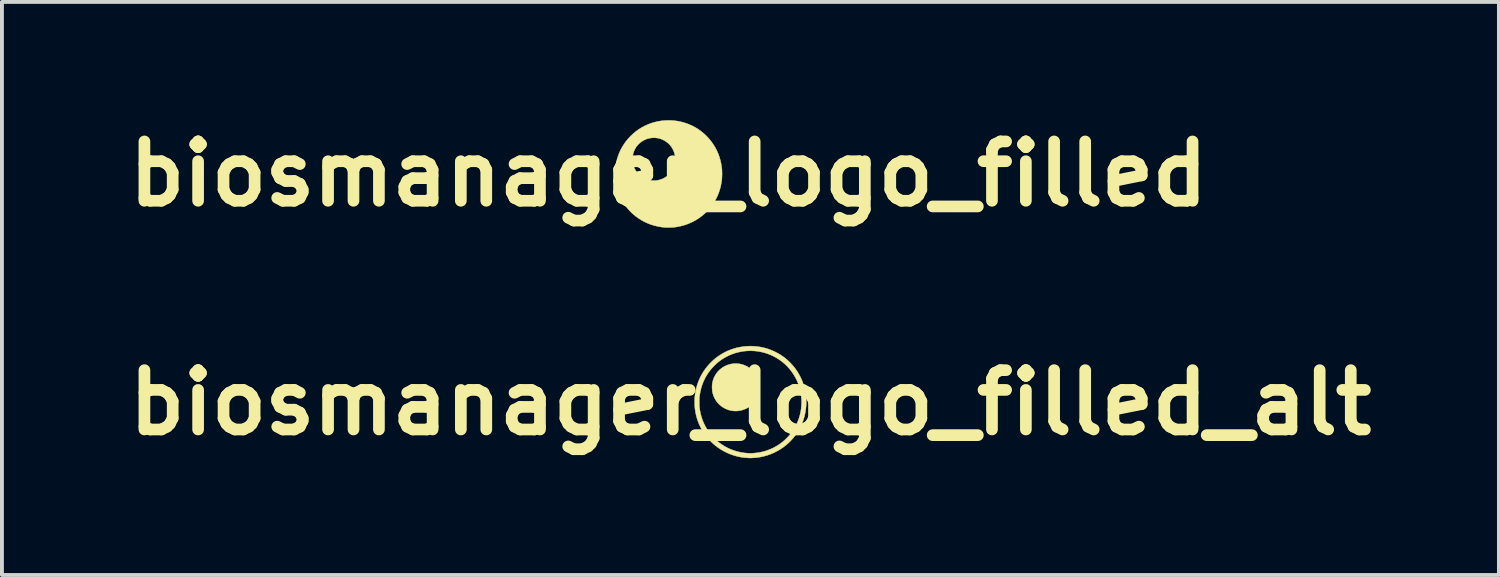
<source format=kicad_pcb>
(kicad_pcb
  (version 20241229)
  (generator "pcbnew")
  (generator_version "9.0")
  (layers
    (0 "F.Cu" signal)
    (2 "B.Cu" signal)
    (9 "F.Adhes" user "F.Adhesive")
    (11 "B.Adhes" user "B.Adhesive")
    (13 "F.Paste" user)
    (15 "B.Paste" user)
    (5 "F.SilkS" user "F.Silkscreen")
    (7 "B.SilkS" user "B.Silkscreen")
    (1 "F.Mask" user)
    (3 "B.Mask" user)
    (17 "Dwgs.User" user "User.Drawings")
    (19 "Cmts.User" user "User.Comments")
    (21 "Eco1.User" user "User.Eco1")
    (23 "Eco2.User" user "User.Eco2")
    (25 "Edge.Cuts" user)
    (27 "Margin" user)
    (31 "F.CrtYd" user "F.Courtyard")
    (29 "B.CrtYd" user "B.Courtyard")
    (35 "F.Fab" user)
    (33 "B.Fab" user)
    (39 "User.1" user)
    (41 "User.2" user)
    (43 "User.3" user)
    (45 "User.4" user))
  (footprint "biosmanager_logo_filled_alt"
    (layer "F.Cu")
    (at 16.227 7.293)
    (property "Reference" "biosmanager_logo_filled_alt" (at 0 0 0) (layer "F.SilkS") (effects (font (size 1.524 1.524) (thickness 0.3))))
    (attr through_hole)
    (fp_poly (pts (xy -0.298 -0.999) (xy -0.242 -0.989) (xy -0.188 -0.973) (xy -0.135 -0.953) (xy -0.085 -0.929) (xy -0.036 -0.899) (xy 0.009 -0.866) (xy 0.051 -0.828) (xy 0.09 -0.786) (xy 0.124 -0.74) (xy 0.155 -0.69) (xy 0.181 -0.637) (xy 0.188 -0.62) (xy 0.207 -0.565) (xy 0.22 -0.507) (xy 0.228 -0.449) (xy 0.23 -0.39) (xy 0.227 -0.332) (xy 0.218 -0.273) (xy 0.204 -0.216) (xy 0.184 -0.161) (xy 0.171 -0.13) (xy 0.147 -0.085) (xy 0.122 -0.045) (xy 0.093 -0.007) (xy 0.06 0.03) (xy 0.052 0.037) (xy 0.016 0.071) (xy -0.022 0.101) (xy -0.061 0.127) (xy -0.105 0.151) (xy -0.115 0.156) (xy -0.169 0.178) (xy -0.225 0.195) (xy -0.283 0.207) (xy -0.342 0.214) (xy -0.401 0.215) (xy -0.442 0.212) (xy -0.501 0.203) (xy -0.558 0.189) (xy -0.613 0.169) (xy -0.665 0.144) (xy -0.715 0.115) (xy -0.761 0.081) (xy -0.805 0.043) (xy -0.844 0.000341) (xy -0.879 -0.046) (xy -0.91 -0.095) (xy -0.937 -0.148) (xy -0.949 -0.178) (xy -0.965 -0.228) (xy -0.977 -0.278) (xy -0.983 -0.331) (xy -0.986 -0.387) (xy -0.986 -0.394) (xy -0.985 -0.44) (xy -0.981 -0.483) (xy -0.974 -0.523) (xy -0.964 -0.563) (xy -0.956 -0.589) (xy -0.935 -0.645) (xy -0.908 -0.698) (xy -0.877 -0.747) (xy -0.841 -0.793) (xy -0.801 -0.835) (xy -0.757 -0.873) (xy -0.709 -0.907) (xy -0.659 -0.936) (xy -0.605 -0.961) (xy -0.548 -0.98) (xy -0.531 -0.985) (xy -0.472 -0.997) (xy -0.414 -1.003) (xy -0.356 -1.003) (xy -0.298 -0.999)) (stroke (width 0.01) (type solid)) (fill yes) (layer "F.SilkS"))
    (fp_poly (pts (xy 0.103 -1.448) (xy 0.193 -1.439) (xy 0.283 -1.424) (xy 0.371 -1.404) (xy 0.457 -1.378) (xy 0.542 -1.346) (xy 0.625 -1.31) (xy 0.706 -1.267) (xy 0.784 -1.22) (xy 0.788 -1.217) (xy 0.838 -1.183) (xy 0.883 -1.15) (xy 0.927 -1.114) (xy 0.97 -1.076) (xy 1.013 -1.034) (xy 1.016 -1.031) (xy 1.079 -0.964) (xy 1.137 -0.894) (xy 1.191 -0.819) (xy 1.239 -0.742) (xy 1.282 -0.662) (xy 1.321 -0.579) (xy 1.334 -0.547) (xy 1.364 -0.461) (xy 1.389 -0.373) (xy 1.409 -0.283) (xy 1.423 -0.193) (xy 1.431 -0.102) (xy 1.434 -0.011) (xy 1.431 0.08) (xy 1.422 0.17) (xy 1.408 0.26) (xy 1.388 0.349) (xy 1.362 0.436) (xy 1.362 0.437) (xy 1.331 0.521) (xy 1.296 0.602) (xy 1.256 0.681) (xy 1.21 0.756) (xy 1.16 0.83) (xy 1.104 0.903) (xy 1.097 0.912) (xy 1.078 0.932) (xy 1.057 0.956) (xy 1.033 0.981) (xy 1.007 1.007) (xy 0.981 1.032) (xy 0.956 1.055) (xy 0.933 1.076) (xy 0.921 1.086) (xy 0.847 1.144) (xy 0.77 1.196) (xy 0.69 1.243) (xy 0.608 1.285) (xy 0.523 1.321) (xy 0.436 1.352) (xy 0.347 1.377) (xy 0.257 1.397) (xy 0.165 1.411) (xy 0.158 1.412) (xy 0.144 1.413) (xy 0.127 1.415) (xy 0.106 1.416) (xy 0.085 1.418) (xy 0.063 1.419) (xy 0.042 1.42) (xy 0.023 1.421) (xy 0.006 1.422) (xy -0.006 1.422) (xy -0.01 1.422) (xy -0.017 1.422) (xy -0.027 1.421) (xy -0.041 1.42) (xy -0.058 1.42) (xy -0.066 1.419) (xy -0.158 1.412) (xy -0.25 1.399) (xy -0.34 1.38) (xy -0.428 1.355) (xy -0.515 1.325) (xy -0.599 1.289) (xy -0.682 1.248) (xy -0.762 1.202) (xy -0.839 1.15) (xy -0.915 1.092) (xy -0.928 1.081) (xy -0.943 1.068) (xy -0.962 1.051) (xy -0.983 1.031) (xy -1.005 1.01) (xy -1.027 0.987) (xy -1.048 0.965) (xy -1.068 0.944) (xy -1.086 0.925) (xy -1.1 0.909) (xy -1.101 0.907) (xy -1.159 0.832) (xy -1.212 0.756) (xy -1.258 0.677) (xy -1.3 0.596) (xy -1.335 0.513) (xy -1.366 0.428) (xy -1.391 0.339) (xy -1.411 0.248) (xy -1.425 0.155) (xy -1.427 0.134) (xy -1.429 0.115) (xy -1.431 0.092) (xy -1.432 0.064) (xy -1.432 0.034) (xy -1.433 0.002) (xy -1.433 -0.000349) (xy -1.313 -0.000349) (xy -1.313 0.03) (xy -1.313 0.058) (xy -1.312 0.083) (xy -1.31 0.104) (xy -1.309 0.114) (xy -1.297 0.205) (xy -1.279 0.293) (xy -1.255 0.378) (xy -1.227 0.46) (xy -1.193 0.54) (xy -1.154 0.617) (xy -1.109 0.693) (xy -1.059 0.766) (xy -1.008 0.832) (xy -0.993 0.848) (xy -0.976 0.868) (xy -0.956 0.889) (xy -0.934 0.91) (xy -0.913 0.932) (xy -0.892 0.952) (xy -0.874 0.969) (xy -0.87 0.973) (xy -0.802 1.028) (xy -0.73 1.079) (xy -0.656 1.125) (xy -0.579 1.166) (xy -0.499 1.202) (xy -0.417 1.232) (xy -0.333 1.257) (xy -0.247 1.277) (xy -0.159 1.291) (xy -0.07 1.299) (xy -0.06 1.3) (xy -0.044 1.301) (xy -0.03 1.301) (xy -0.019 1.302) (xy -0.013 1.302) (xy -0.012 1.302) (xy -0.008 1.302) (xy 0.002 1.302) (xy 0.015 1.302) (xy 0.031 1.301) (xy 0.049 1.3) (xy 0.051 1.3) (xy 0.142 1.292) (xy 0.231 1.28) (xy 0.318 1.261) (xy 0.403 1.237) (xy 0.486 1.207) (xy 0.567 1.172) (xy 0.595 1.158) (xy 0.672 1.115) (xy 0.745 1.069) (xy 0.815 1.018) (xy 0.88 0.962) (xy 0.942 0.903) (xy 0.999 0.841) (xy 1.052 0.775) (xy 1.1 0.706) (xy 1.144 0.634) (xy 1.183 0.56) (xy 1.217 0.483) (xy 1.246 0.404) (xy 1.27 0.323) (xy 1.289 0.24) (xy 1.303 0.156) (xy 1.311 0.07) (xy 1.314 -0.016) (xy 1.311 -0.103) (xy 1.302 -0.191) (xy 1.298 -0.219) (xy 1.282 -0.306) (xy 1.26 -0.391) (xy 1.233 -0.474) (xy 1.2 -0.555) (xy 1.162 -0.633) (xy 1.119 -0.708) (xy 1.072 -0.78) (xy 1.019 -0.849) (xy 0.962 -0.915) (xy 0.901 -0.976) (xy 0.835 -1.034) (xy 0.799 -1.063) (xy 0.727 -1.114) (xy 0.653 -1.159) (xy 0.577 -1.199) (xy 0.499 -1.234) (xy 0.419 -1.264) (xy 0.338 -1.288) (xy 0.255 -1.307) (xy 0.172 -1.321) (xy 0.088 -1.329) (xy 0.004 -1.332) (xy -0.081 -1.33) (xy -0.165 -1.322) (xy -0.248 -1.309) (xy -0.331 -1.291) (xy -0.413 -1.267) (xy -0.493 -1.238) (xy -0.572 -1.203) (xy -0.649 -1.163) (xy -0.721 -1.119) (xy -0.761 -1.092) (xy -0.797 -1.065) (xy -0.832 -1.038) (xy -0.867 -1.008) (xy -0.902 -0.975) (xy -0.921 -0.956) (xy -0.983 -0.892) (xy -1.04 -0.824) (xy -1.091 -0.754) (xy -1.138 -0.68) (xy -1.178 -0.604) (xy -1.214 -0.525) (xy -1.245 -0.443) (xy -1.27 -0.358) (xy -1.29 -0.27) (xy -1.305 -0.179) (xy -1.308 -0.158) (xy -1.31 -0.14) (xy -1.311 -0.117) (xy -1.312 -0.091) (xy -1.313 -0.062) (xy -1.313 -0.031) (xy -1.313 -0.000349) (xy -1.433 -0.000349) (xy -1.433 -0.03) (xy -1.433 -0.061) (xy -1.432 -0.09) (xy -1.431 -0.117) (xy -1.43 -0.139) (xy -1.429 -0.152) (xy -1.416 -0.247) (xy -1.398 -0.34) (xy -1.375 -0.43) (xy -1.346 -0.517) (xy -1.312 -0.602) (xy -1.273 -0.684) (xy -1.228 -0.763) (xy -1.178 -0.839) (xy -1.124 -0.912) (xy -1.064 -0.982) (xy -1.029 -1.019) (xy -0.962 -1.084) (xy -0.892 -1.144) (xy -0.818 -1.198) (xy -0.741 -1.248) (xy -0.662 -1.292) (xy -0.58 -1.332) (xy -0.495 -1.365) (xy -0.408 -1.394) (xy -0.352 -1.409) (xy -0.261 -1.428) (xy -0.17 -1.442) (xy -0.079 -1.45) (xy 0.012 -1.452) (xy 0.103 -1.448)) (stroke (width 0.01) (type solid)) (fill yes) (layer "F.SilkS")))
  (footprint "biosmanager_logo_filled"
    (layer "F.Cu")
    (at 14.122 1.418)
    (property "Reference" "biosmanager_logo_filled" (at 0 0 0) (layer "F.SilkS") (effects (font (size 1.524 1.524) (thickness 0.3))))
    (attr through_hole)
    (fp_poly (pts (xy 0.082 -1.374) (xy 0.17 -1.366) (xy 0.257 -1.353) (xy 0.343 -1.334) (xy 0.428 -1.31) (xy 0.511 -1.28) (xy 0.592 -1.245) (xy 0.621 -1.231) (xy 0.699 -1.189) (xy 0.774 -1.142) (xy 0.846 -1.089) (xy 0.914 -1.033) (xy 0.979 -0.972) (xy 1.039 -0.907) (xy 1.095 -0.838) (xy 1.096 -0.837) (xy 1.149 -0.763) (xy 1.196 -0.688) (xy 1.237 -0.61) (xy 1.273 -0.53) (xy 1.304 -0.447) (xy 1.329 -0.362) (xy 1.35 -0.273) (xy 1.365 -0.182) (xy 1.371 -0.137) (xy 1.373 -0.114) (xy 1.374 -0.085) (xy 1.375 -0.053) (xy 1.376 -0.019) (xy 1.376 0.016) (xy 1.375 0.05) (xy 1.374 0.082) (xy 1.373 0.111) (xy 1.371 0.135) (xy 1.371 0.137) (xy 1.358 0.228) (xy 1.341 0.316) (xy 1.319 0.4) (xy 1.292 0.481) (xy 1.26 0.561) (xy 1.222 0.638) (xy 1.197 0.685) (xy 1.149 0.762) (xy 1.097 0.835) (xy 1.04 0.904) (xy 0.98 0.97) (xy 0.916 1.03) (xy 0.848 1.087) (xy 0.777 1.139) (xy 0.702 1.186) (xy 0.625 1.228) (xy 0.544 1.265) (xy 0.461 1.298) (xy 0.376 1.325) (xy 0.288 1.346) (xy 0.198 1.363) (xy 0.154 1.369) (xy 0.13 1.371) (xy 0.103 1.373) (xy 0.072 1.374) (xy 0.04 1.376) (xy 0.008 1.376) (xy -0.023 1.377) (xy -0.051 1.376) (xy -0.076 1.375) (xy -0.091 1.375) (xy -0.184 1.364) (xy -0.275 1.348) (xy -0.364 1.327) (xy -0.45 1.3) (xy -0.534 1.268) (xy -0.616 1.231) (xy -0.694 1.188) (xy -0.77 1.14) (xy -0.843 1.088) (xy -0.912 1.03) (xy -0.973 0.973) (xy -1.034 0.907) (xy -1.09 0.838) (xy -1.142 0.766) (xy -1.189 0.691) (xy -1.231 0.612) (xy -1.267 0.531) (xy -1.299 0.448) (xy -1.325 0.363) (xy -1.345 0.276) (xy -1.36 0.187) (xy -1.369 0.109) (xy -1.37 0.089) (xy -1.371 0.064) (xy -1.371 0.036) (xy -1.371 0.006) (xy -1.371 -0.024) (xy -1.371 -0.053) (xy -1.37 -0.08) (xy -1.369 -0.102) (xy -1.369 -0.109) (xy -1.359 -0.199) (xy -1.343 -0.288) (xy -1.322 -0.374) (xy -0.926 -0.374) (xy -0.923 -0.32) (xy -0.914 -0.265) (xy -0.9 -0.212) (xy -0.88 -0.158) (xy -0.87 -0.136) (xy -0.843 -0.086) (xy -0.811 -0.04) (xy -0.775 0.002) (xy -0.735 0.04) (xy -0.691 0.074) (xy -0.643 0.103) (xy -0.593 0.128) (xy -0.54 0.147) (xy -0.484 0.161) (xy -0.432 0.169) (xy -0.377 0.171) (xy -0.32 0.169) (xy -0.303 0.167) (xy -0.252 0.158) (xy -0.201 0.143) (xy -0.15 0.124) (xy -0.102 0.1) (xy -0.057 0.071) (xy -0.015 0.039) (xy -0.015 0.038) (xy 0.026 -0.002) (xy 0.063 -0.044) (xy 0.094 -0.09) (xy 0.12 -0.139) (xy 0.141 -0.192) (xy 0.158 -0.248) (xy 0.163 -0.27) (xy 0.166 -0.284) (xy 0.168 -0.295) (xy 0.17 -0.306) (xy 0.171 -0.318) (xy 0.171 -0.332) (xy 0.171 -0.349) (xy 0.172 -0.37) (xy 0.172 -0.377) (xy 0.172 -0.4) (xy 0.171 -0.419) (xy 0.171 -0.434) (xy 0.17 -0.447) (xy 0.168 -0.459) (xy 0.166 -0.471) (xy 0.165 -0.479) (xy 0.151 -0.535) (xy 0.133 -0.588) (xy 0.109 -0.639) (xy 0.08 -0.687) (xy 0.047 -0.732) (xy 0.024 -0.757) (xy -0.017 -0.796) (xy -0.062 -0.83) (xy -0.109 -0.86) (xy -0.159 -0.884) (xy -0.211 -0.904) (xy -0.264 -0.917) (xy -0.318 -0.926) (xy -0.373 -0.929) (xy -0.429 -0.926) (xy -0.485 -0.918) (xy -0.54 -0.904) (xy -0.55 -0.901) (xy -0.572 -0.893) (xy -0.596 -0.882) (xy -0.622 -0.87) (xy -0.647 -0.857) (xy -0.669 -0.845) (xy -0.682 -0.837) (xy -0.727 -0.803) (xy -0.768 -0.765) (xy -0.805 -0.724) (xy -0.837 -0.68) (xy -0.864 -0.634) (xy -0.886 -0.585) (xy -0.904 -0.534) (xy -0.916 -0.482) (xy -0.924 -0.428) (xy -0.926 -0.374) (xy -1.322 -0.374) (xy -1.322 -0.374) (xy -1.295 -0.459) (xy -1.264 -0.541) (xy -1.227 -0.621) (xy -1.185 -0.698) (xy -1.139 -0.772) (xy -1.088 -0.843) (xy -1.032 -0.91) (xy -0.972 -0.974) (xy -0.908 -1.034) (xy -0.84 -1.091) (xy -0.768 -1.143) (xy -0.693 -1.19) (xy -0.613 -1.233) (xy -0.602 -1.238) (xy -0.521 -1.275) (xy -0.439 -1.305) (xy -0.354 -1.33) (xy -0.268 -1.35) (xy -0.182 -1.364) (xy -0.094 -1.373) (xy -0.006 -1.376) (xy 0.082 -1.374)) (stroke (width 0.01) (type solid)) (fill yes) (layer "F.SilkS")))
  (gr_rect
    (start -3 -3)
    (end 35.454 11.72)
    (stroke (width 0.1) (type default))
    (fill no)
    (layer "Edge.Cuts")))
</source>
